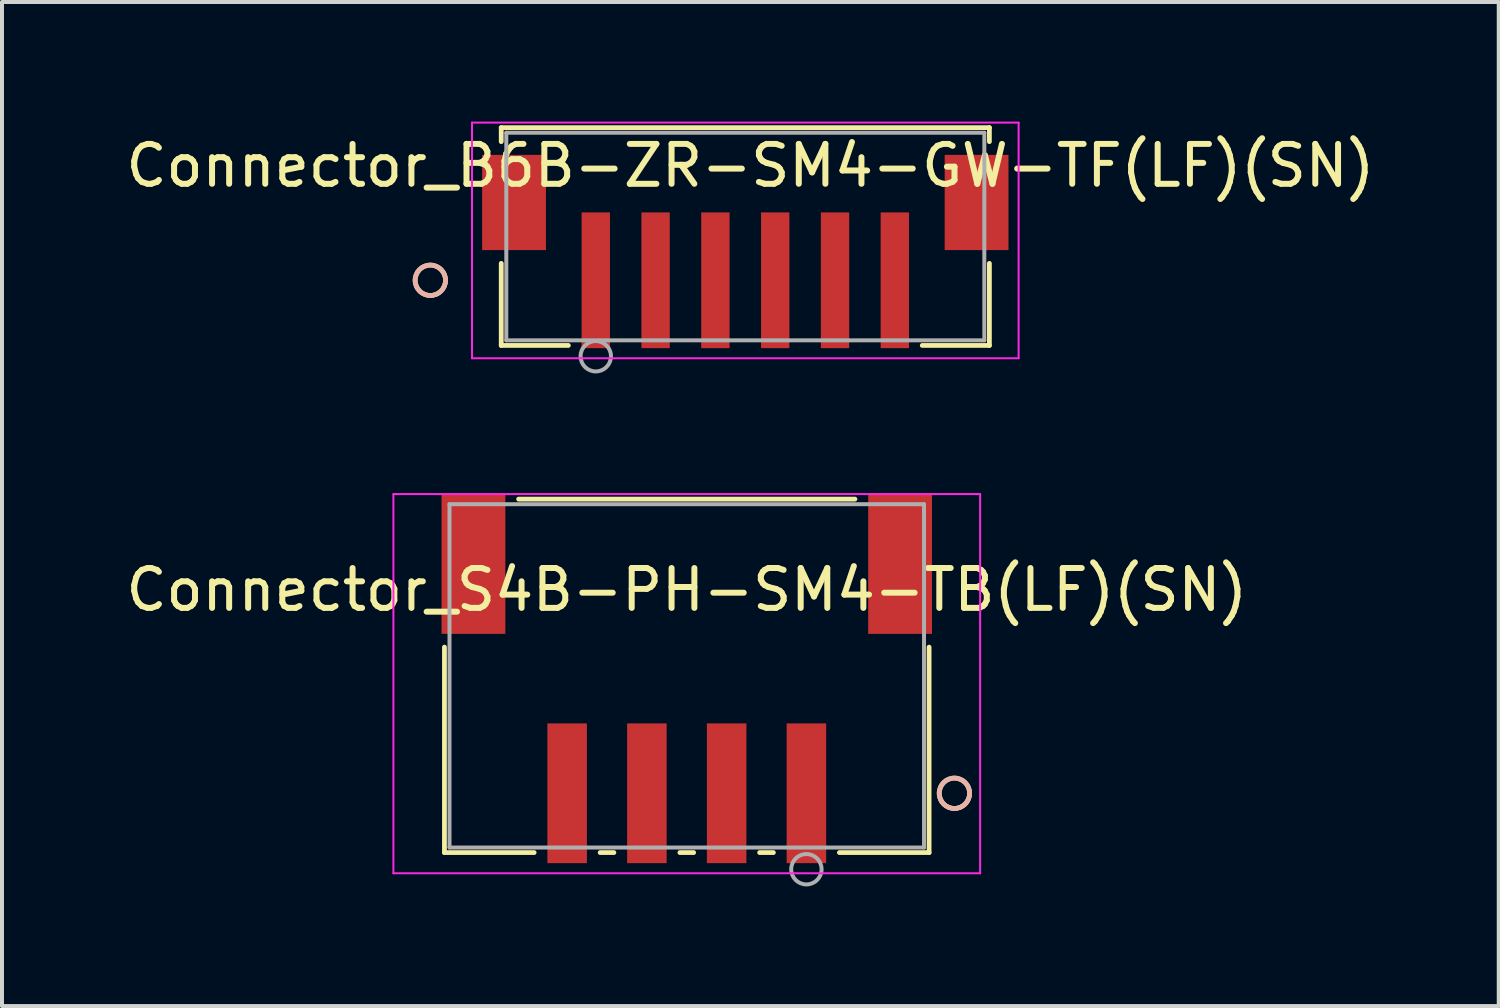
<source format=kicad_pcb>
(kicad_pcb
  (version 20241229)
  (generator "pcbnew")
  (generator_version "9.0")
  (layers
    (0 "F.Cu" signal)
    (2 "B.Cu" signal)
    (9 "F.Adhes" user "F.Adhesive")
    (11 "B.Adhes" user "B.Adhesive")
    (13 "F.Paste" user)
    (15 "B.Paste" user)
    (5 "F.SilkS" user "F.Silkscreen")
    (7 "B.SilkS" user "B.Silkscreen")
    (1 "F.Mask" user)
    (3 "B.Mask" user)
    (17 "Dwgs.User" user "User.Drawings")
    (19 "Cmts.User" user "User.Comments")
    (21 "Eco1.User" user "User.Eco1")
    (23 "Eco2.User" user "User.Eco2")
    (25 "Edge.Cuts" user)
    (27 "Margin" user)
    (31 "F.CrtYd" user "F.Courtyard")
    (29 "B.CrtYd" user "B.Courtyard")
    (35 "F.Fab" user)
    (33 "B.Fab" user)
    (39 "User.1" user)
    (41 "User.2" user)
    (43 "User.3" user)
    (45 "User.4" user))
  (footprint "Connector_B6B-ZR-SM4-GW-TF(LF)(SN)"
    (layer "F.Cu")
    (at 15.641 2.882)
    (property "Reference" "Connector_B6B-ZR-SM4-GW-TF(LF)(SN)" (at 0.127 -1.778 0) (layer "F.SilkS") (effects (font (size 1 1) (thickness 0.15))))
    (attr through_hole)
    (fp_line (start -6.121 -2.731) (end -6.121 -2.38) (stroke (width 0.12) (type solid)) (layer "F.SilkS"))
    (fp_line (start -6.121 0.673) (end -6.121 2.731) (stroke (width 0.12) (type solid)) (layer "F.SilkS"))
    (fp_line (start -6.121 2.731) (end -4.438 2.731) (stroke (width 0.12) (type solid)) (layer "F.SilkS"))
    (fp_line (start 4.438 2.731) (end 6.121 2.731) (stroke (width 0.12) (type solid)) (layer "F.SilkS"))
    (fp_line (start 6.121 -2.731) (end -6.121 -2.731) (stroke (width 0.12) (type solid)) (layer "F.SilkS"))
    (fp_line (start 6.121 -2.38) (end 6.121 -2.731) (stroke (width 0.12) (type solid)) (layer "F.SilkS"))
    (fp_line (start 6.121 2.731) (end 6.121 0.673) (stroke (width 0.12) (type solid)) (layer "F.SilkS"))
    (fp_circle (center -7.899 1.097) (end -7.518 1.097) (stroke (width 0.12) (type solid)) (fill no) (layer "F.SilkS"))
    (fp_circle (center -7.899 1.097) (end -7.518 1.097) (stroke (width 0.12) (type solid)) (fill no) (layer "B.SilkS"))
    (fp_line (start -6.854 -2.857) (end -6.854 3.052) (stroke (width 0.05) (type solid)) (layer "F.CrtYd"))
    (fp_line (start -6.854 3.052) (end 6.854 3.052) (stroke (width 0.05) (type solid)) (layer "F.CrtYd"))
    (fp_line (start 6.854 -2.857) (end -6.854 -2.857) (stroke (width 0.05) (type solid)) (layer "F.CrtYd"))
    (fp_line (start 6.854 3.052) (end 6.854 -2.857) (stroke (width 0.05) (type solid)) (layer "F.CrtYd"))
    (fp_line (start -5.994 -2.603) (end -5.994 2.603) (stroke (width 0.1) (type solid)) (layer "F.Fab"))
    (fp_line (start -5.994 2.603) (end 5.994 2.603) (stroke (width 0.1) (type solid)) (layer "F.Fab"))
    (fp_line (start 5.994 -2.603) (end -5.994 -2.603) (stroke (width 0.1) (type solid)) (layer "F.Fab"))
    (fp_line (start 5.994 2.603) (end 5.994 -2.603) (stroke (width 0.1) (type solid)) (layer "F.Fab"))
    (fp_circle (center -3.75 3.002) (end -3.369 3.002) (stroke (width 0.1) (type solid)) (fill no) (layer "F.Fab"))
    (pad "1" smd rect (at -3.75 1.097) (size 0.711 3.404) (layers "F.Cu" "F.Mask" "F.Paste"))
    (pad "2" smd rect (at -2.25 1.097) (size 0.711 3.404) (layers "F.Cu" "F.Mask" "F.Paste"))
    (pad "3" smd rect (at -0.75 1.097) (size 0.711 3.404) (layers "F.Cu" "F.Mask" "F.Paste"))
    (pad "4" smd rect (at 0.75 1.097) (size 0.711 3.404) (layers "F.Cu" "F.Mask" "F.Paste"))
    (pad "5" smd rect (at 2.25 1.097) (size 0.711 3.404) (layers "F.Cu" "F.Mask" "F.Paste"))
    (pad "6" smd rect (at 3.75 1.097) (size 0.711 3.404) (layers "F.Cu" "F.Mask" "F.Paste"))
    (pad "7" smd rect (at -5.8 -0.854) (size 1.6 2.388) (layers "F.Cu" "F.Mask" "F.Paste"))
    (pad "8" smd rect (at 5.8 -0.854) (size 1.6 2.388) (layers "F.Cu" "F.Mask" "F.Paste")))
  (footprint "Connector_S4B-PH-SM4-TB(LF)(SN)"
    (layer "F.Cu")
    (at 14.173 13.899)
    (property "Reference" "Connector_S4B-PH-SM4-TB(LF)(SN)" (at 0.000001 -2.159 0) (layer "F.SilkS") (effects (font (size 1 1) (thickness 0.15))))
    (attr through_hole)
    (fp_line (start -6.077 -0.72) (end -6.077 4.432) (stroke (width 0.12) (type solid)) (layer "F.SilkS"))
    (fp_line (start -6.077 4.432) (end -3.828 4.432) (stroke (width 0.12) (type solid)) (layer "F.SilkS"))
    (fp_line (start -2.172 4.432) (end -1.828 4.432) (stroke (width 0.12) (type solid)) (layer "F.SilkS"))
    (fp_line (start -0.172 4.432) (end 0.172 4.432) (stroke (width 0.12) (type solid)) (layer "F.SilkS"))
    (fp_line (start 1.828 4.432) (end 2.172 4.432) (stroke (width 0.12) (type solid)) (layer "F.SilkS"))
    (fp_line (start 3.828 4.432) (end 6.077 4.432) (stroke (width 0.12) (type solid)) (layer "F.SilkS"))
    (fp_line (start 4.217 -4.432) (end -4.217 -4.432) (stroke (width 0.12) (type solid)) (layer "F.SilkS"))
    (fp_line (start 6.077 4.432) (end 6.077 -0.72) (stroke (width 0.12) (type solid)) (layer "F.SilkS"))
    (fp_circle (center 6.712 2.945) (end 7.093 2.945) (stroke (width 0.12) (type solid)) (fill no) (layer "F.SilkS"))
    (fp_circle (center 6.712 2.945) (end 7.093 2.945) (stroke (width 0.12) (type solid)) (fill no) (layer "B.SilkS"))
    (fp_line (start -7.357 -4.559) (end -7.357 4.951) (stroke (width 0.05) (type solid)) (layer "F.CrtYd"))
    (fp_line (start -7.357 4.951) (end 7.357 4.951) (stroke (width 0.05) (type solid)) (layer "F.CrtYd"))
    (fp_line (start 7.357 -4.559) (end -7.357 -4.559) (stroke (width 0.05) (type solid)) (layer "F.CrtYd"))
    (fp_line (start 7.357 4.951) (end 7.357 -4.559) (stroke (width 0.05) (type solid)) (layer "F.CrtYd"))
    (fp_line (start -5.95 -4.305) (end -5.95 4.305) (stroke (width 0.1) (type solid)) (layer "F.Fab"))
    (fp_line (start -5.95 4.305) (end 5.95 4.305) (stroke (width 0.1) (type solid)) (layer "F.Fab"))
    (fp_line (start 5.95 -4.305) (end -5.95 -4.305) (stroke (width 0.1) (type solid)) (layer "F.Fab"))
    (fp_line (start 5.95 4.305) (end 5.95 -4.305) (stroke (width 0.1) (type solid)) (layer "F.Fab"))
    (fp_circle (center 3 4.85) (end 3.381 4.85) (stroke (width 0.1) (type solid)) (fill no) (layer "F.Fab"))
    (pad "1" smd rect (at 3 2.945) (size 0.991 3.505) (layers "F.Cu" "F.Mask" "F.Paste"))
    (pad "2" smd rect (at 1 2.945) (size 0.991 3.505) (layers "F.Cu" "F.Mask" "F.Paste"))
    (pad "3" smd rect (at -1 2.945) (size 0.991 3.505) (layers "F.Cu" "F.Mask" "F.Paste"))
    (pad "4" smd rect (at -3 2.945) (size 0.991 3.505) (layers "F.Cu" "F.Mask" "F.Paste"))
    (pad "5" smd rect (at -5.35 -2.805 90) (size 3.505 1.6) (layers "F.Cu" "F.Mask" "F.Paste"))
    (pad "6" smd rect (at 5.35 -2.805 90) (size 3.505 1.6) (layers "F.Cu" "F.Mask" "F.Paste")))
  (gr_rect
    (start -3 -3)
    (end 34.536 22.18)
    (stroke (width 0.1) (type default))
    (fill no)
    (layer "Edge.Cuts")))
</source>
